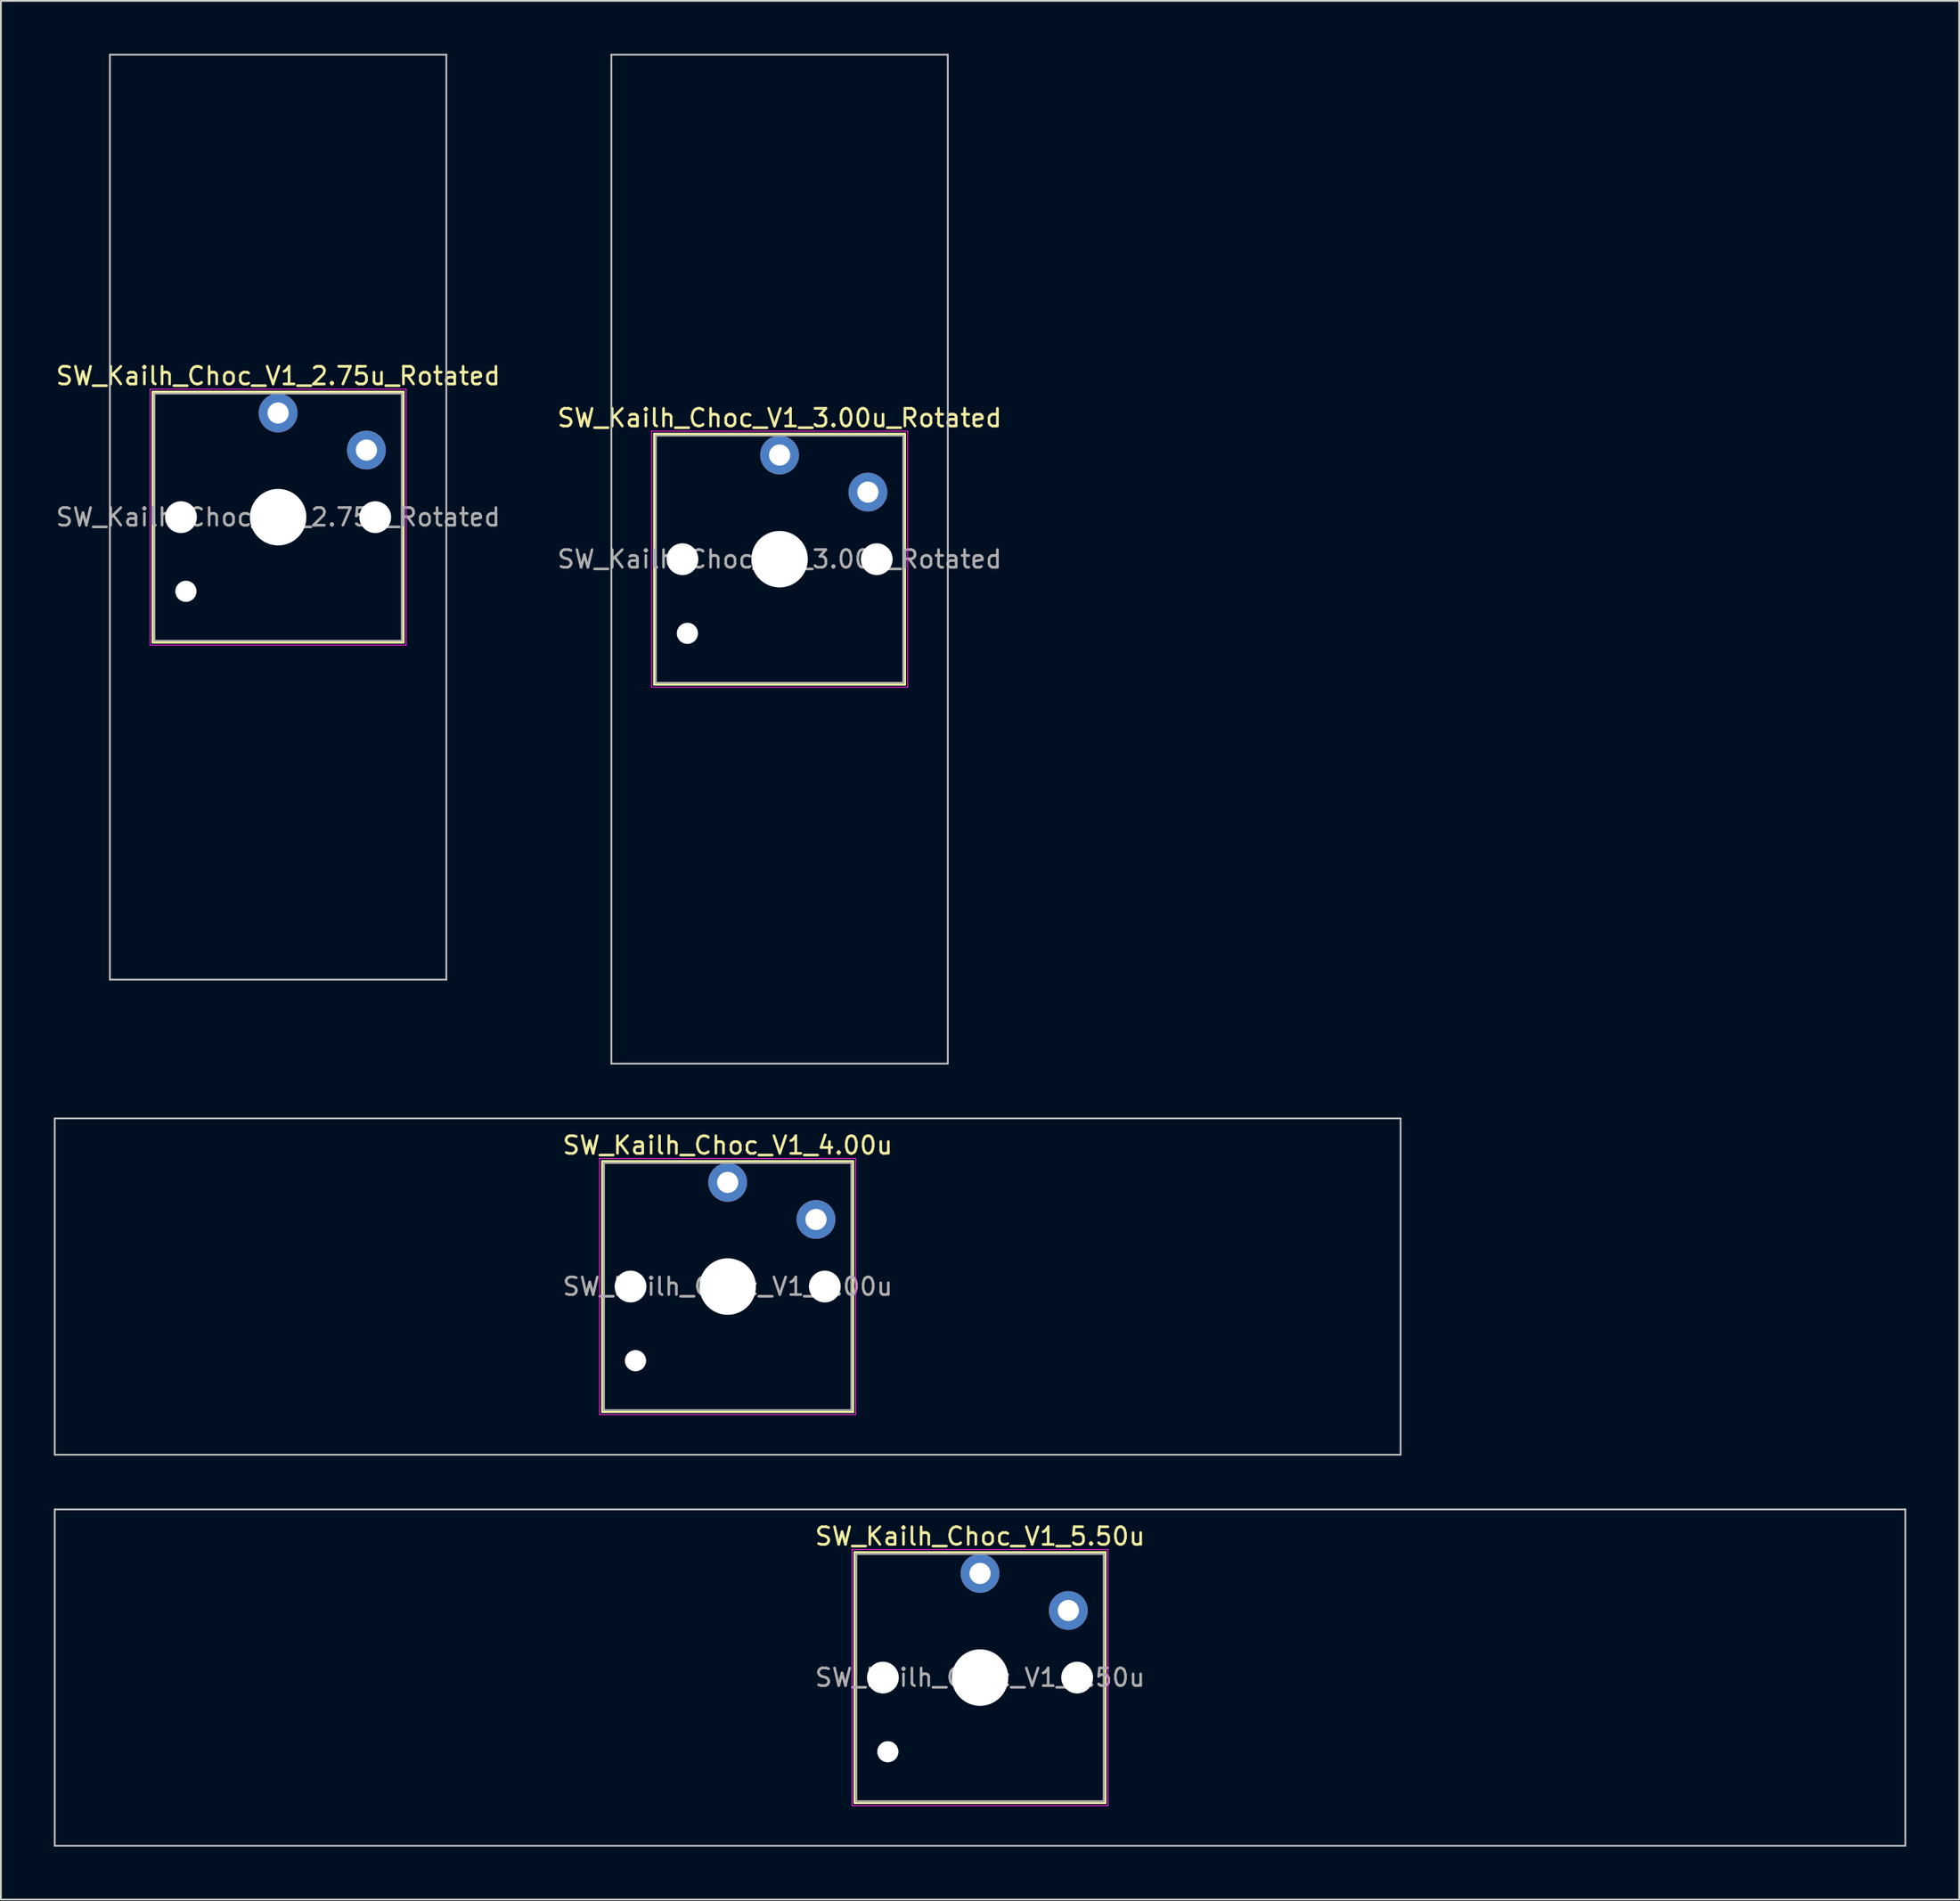
<source format=kicad_pcb>
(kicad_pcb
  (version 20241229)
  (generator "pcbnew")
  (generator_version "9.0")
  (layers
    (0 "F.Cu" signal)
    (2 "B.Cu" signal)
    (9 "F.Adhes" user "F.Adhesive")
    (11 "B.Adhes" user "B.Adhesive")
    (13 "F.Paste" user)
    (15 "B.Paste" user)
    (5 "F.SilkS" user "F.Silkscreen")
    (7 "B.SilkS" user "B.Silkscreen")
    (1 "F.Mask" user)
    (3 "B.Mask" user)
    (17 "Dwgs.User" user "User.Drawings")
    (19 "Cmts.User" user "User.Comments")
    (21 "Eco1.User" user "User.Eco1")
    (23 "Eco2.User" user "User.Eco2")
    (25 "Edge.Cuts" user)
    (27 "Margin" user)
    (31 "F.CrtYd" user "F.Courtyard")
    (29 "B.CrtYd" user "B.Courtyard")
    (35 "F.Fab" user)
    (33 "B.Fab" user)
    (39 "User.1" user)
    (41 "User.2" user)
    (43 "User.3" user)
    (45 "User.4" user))
  (footprint "SW_Kailh_Choc_V1_2.75u_Rotated"
    (layer "F.Cu")
    (at 12.696 26.244)
    (property "Reference" "SW_Kailh_Choc_V1_2.75u_Rotated" (at 0 -8 0) (layer "F.SilkS") (effects (font (size 1 1) (thickness 0.15))))
    (attr through_hole)
    (fp_line (start -7.1 -7.1) (end -7.1 7.1) (stroke (width 0.12) (type solid)) (layer "F.SilkS"))
    (fp_line (start -7.1 7.1) (end 7.1 7.1) (stroke (width 0.12) (type solid)) (layer "F.SilkS"))
    (fp_line (start 7.1 -7.1) (end -7.1 -7.1) (stroke (width 0.12) (type solid)) (layer "F.SilkS"))
    (fp_line (start 7.1 7.1) (end 7.1 -7.1) (stroke (width 0.12) (type solid)) (layer "F.SilkS"))
    (fp_line (start -9.525 -26.194) (end -9.525 26.194) (stroke (width 0.1) (type solid)) (layer "Dwgs.User"))
    (fp_line (start -9.525 26.194) (end 9.525 26.194) (stroke (width 0.1) (type solid)) (layer "Dwgs.User"))
    (fp_line (start 9.525 -26.194) (end -9.525 -26.194) (stroke (width 0.1) (type solid)) (layer "Dwgs.User"))
    (fp_line (start 9.525 26.194) (end 9.525 -26.194) (stroke (width 0.1) (type solid)) (layer "Dwgs.User"))
    (fp_line (start -7.25 -7.25) (end -7.25 7.25) (stroke (width 0.05) (type solid)) (layer "F.CrtYd"))
    (fp_line (start -7.25 7.25) (end 7.25 7.25) (stroke (width 0.05) (type solid)) (layer "F.CrtYd"))
    (fp_line (start 7.25 -7.25) (end -7.25 -7.25) (stroke (width 0.05) (type solid)) (layer "F.CrtYd"))
    (fp_line (start 7.25 7.25) (end 7.25 -7.25) (stroke (width 0.05) (type solid)) (layer "F.CrtYd"))
    (fp_line (start -7 -7) (end -7 7) (stroke (width 0.1) (type solid)) (layer "F.Fab"))
    (fp_line (start -7 7) (end 7 7) (stroke (width 0.1) (type solid)) (layer "F.Fab"))
    (fp_line (start 7 -7) (end -7 -7) (stroke (width 0.1) (type solid)) (layer "F.Fab"))
    (fp_line (start 7 7) (end 7 -7) (stroke (width 0.1) (type solid)) (layer "F.Fab"))
    (fp_text user "${REFERENCE}" (at 0 0 0) (layer "F.Fab") (effects (font (size 1 1) (thickness 0.15))))
    (pad "" np_thru_hole circle (at -5.5 0) (size 1.8 1.8) (drill 1.8) (layers "*.Cu" "*.Mask"))
    (pad "" np_thru_hole circle (at -5.22 4.2) (size 1.2 1.2) (drill 1.2) (layers "*.Cu" "*.Mask"))
    (pad "" np_thru_hole circle (at 0 0) (size 3.2 3.2) (drill 3.2) (layers "*.Cu" "*.Mask"))
    (pad "" np_thru_hole circle (at 5.5 0) (size 1.8 1.8) (drill 1.8) (layers "*.Cu" "*.Mask"))
    (pad "1" thru_hole circle (at 0 -5.9) (size 2.2 2.2) (drill 1.2) (layers "*.Cu" "B.Mask"))
    (pad "2" thru_hole circle (at 5 -3.8) (size 2.2 2.2) (drill 1.2) (layers "*.Cu" "B.Mask")))
  (footprint "SW_Kailh_Choc_V1_5.50u"
    (layer "F.Cu")
    (at 52.438 91.975)
    (property "Reference" "SW_Kailh_Choc_V1_5.50u" (at 0 -8 0) (layer "F.SilkS") (effects (font (size 1 1) (thickness 0.15))))
    (attr through_hole)
    (fp_line (start -7.1 -7.1) (end -7.1 7.1) (stroke (width 0.12) (type solid)) (layer "F.SilkS"))
    (fp_line (start -7.1 7.1) (end 7.1 7.1) (stroke (width 0.12) (type solid)) (layer "F.SilkS"))
    (fp_line (start 7.1 -7.1) (end -7.1 -7.1) (stroke (width 0.12) (type solid)) (layer "F.SilkS"))
    (fp_line (start 7.1 7.1) (end 7.1 -7.1) (stroke (width 0.12) (type solid)) (layer "F.SilkS"))
    (fp_line (start -52.388 -9.525) (end -52.388 9.525) (stroke (width 0.1) (type solid)) (layer "Dwgs.User"))
    (fp_line (start -52.388 9.525) (end 52.388 9.525) (stroke (width 0.1) (type solid)) (layer "Dwgs.User"))
    (fp_line (start 52.388 -9.525) (end -52.388 -9.525) (stroke (width 0.1) (type solid)) (layer "Dwgs.User"))
    (fp_line (start 52.388 9.525) (end 52.388 -9.525) (stroke (width 0.1) (type solid)) (layer "Dwgs.User"))
    (fp_line (start -7.25 -7.25) (end -7.25 7.25) (stroke (width 0.05) (type solid)) (layer "F.CrtYd"))
    (fp_line (start -7.25 7.25) (end 7.25 7.25) (stroke (width 0.05) (type solid)) (layer "F.CrtYd"))
    (fp_line (start 7.25 -7.25) (end -7.25 -7.25) (stroke (width 0.05) (type solid)) (layer "F.CrtYd"))
    (fp_line (start 7.25 7.25) (end 7.25 -7.25) (stroke (width 0.05) (type solid)) (layer "F.CrtYd"))
    (fp_line (start -7 -7) (end -7 7) (stroke (width 0.1) (type solid)) (layer "F.Fab"))
    (fp_line (start -7 7) (end 7 7) (stroke (width 0.1) (type solid)) (layer "F.Fab"))
    (fp_line (start 7 -7) (end -7 -7) (stroke (width 0.1) (type solid)) (layer "F.Fab"))
    (fp_line (start 7 7) (end 7 -7) (stroke (width 0.1) (type solid)) (layer "F.Fab"))
    (fp_text user "${REFERENCE}" (at 0 0 0) (layer "F.Fab") (effects (font (size 1 1) (thickness 0.15))))
    (pad "" np_thru_hole circle (at -5.5 0) (size 1.8 1.8) (drill 1.8) (layers "*.Cu" "*.Mask"))
    (pad "" np_thru_hole circle (at -5.22 4.2) (size 1.2 1.2) (drill 1.2) (layers "*.Cu" "*.Mask"))
    (pad "" np_thru_hole circle (at 0 0) (size 3.2 3.2) (drill 3.2) (layers "*.Cu" "*.Mask"))
    (pad "" np_thru_hole circle (at 5.5 0) (size 1.8 1.8) (drill 1.8) (layers "*.Cu" "*.Mask"))
    (pad "1" thru_hole circle (at 0 -5.9) (size 2.2 2.2) (drill 1.2) (layers "*.Cu" "B.Mask"))
    (pad "2" thru_hole circle (at 5 -3.8) (size 2.2 2.2) (drill 1.2) (layers "*.Cu" "B.Mask")))
  (footprint "SW_Kailh_Choc_V1_3.00u_Rotated"
    (layer "F.Cu")
    (at 41.089 28.625)
    (property "Reference" "SW_Kailh_Choc_V1_3.00u_Rotated" (at 0 -8 0) (layer "F.SilkS") (effects (font (size 1 1) (thickness 0.15))))
    (attr through_hole)
    (fp_line (start -7.1 -7.1) (end -7.1 7.1) (stroke (width 0.12) (type solid)) (layer "F.SilkS"))
    (fp_line (start -7.1 7.1) (end 7.1 7.1) (stroke (width 0.12) (type solid)) (layer "F.SilkS"))
    (fp_line (start 7.1 -7.1) (end -7.1 -7.1) (stroke (width 0.12) (type solid)) (layer "F.SilkS"))
    (fp_line (start 7.1 7.1) (end 7.1 -7.1) (stroke (width 0.12) (type solid)) (layer "F.SilkS"))
    (fp_line (start -9.525 -28.575) (end -9.525 28.575) (stroke (width 0.1) (type solid)) (layer "Dwgs.User"))
    (fp_line (start -9.525 28.575) (end 9.525 28.575) (stroke (width 0.1) (type solid)) (layer "Dwgs.User"))
    (fp_line (start 9.525 -28.575) (end -9.525 -28.575) (stroke (width 0.1) (type solid)) (layer "Dwgs.User"))
    (fp_line (start 9.525 28.575) (end 9.525 -28.575) (stroke (width 0.1) (type solid)) (layer "Dwgs.User"))
    (fp_line (start -7.25 -7.25) (end -7.25 7.25) (stroke (width 0.05) (type solid)) (layer "F.CrtYd"))
    (fp_line (start -7.25 7.25) (end 7.25 7.25) (stroke (width 0.05) (type solid)) (layer "F.CrtYd"))
    (fp_line (start 7.25 -7.25) (end -7.25 -7.25) (stroke (width 0.05) (type solid)) (layer "F.CrtYd"))
    (fp_line (start 7.25 7.25) (end 7.25 -7.25) (stroke (width 0.05) (type solid)) (layer "F.CrtYd"))
    (fp_line (start -7 -7) (end -7 7) (stroke (width 0.1) (type solid)) (layer "F.Fab"))
    (fp_line (start -7 7) (end 7 7) (stroke (width 0.1) (type solid)) (layer "F.Fab"))
    (fp_line (start 7 -7) (end -7 -7) (stroke (width 0.1) (type solid)) (layer "F.Fab"))
    (fp_line (start 7 7) (end 7 -7) (stroke (width 0.1) (type solid)) (layer "F.Fab"))
    (fp_text user "${REFERENCE}" (at 0 0 0) (layer "F.Fab") (effects (font (size 1 1) (thickness 0.15))))
    (pad "" np_thru_hole circle (at -5.5 0) (size 1.8 1.8) (drill 1.8) (layers "*.Cu" "*.Mask"))
    (pad "" np_thru_hole circle (at -5.22 4.2) (size 1.2 1.2) (drill 1.2) (layers "*.Cu" "*.Mask"))
    (pad "" np_thru_hole circle (at 0 0) (size 3.2 3.2) (drill 3.2) (layers "*.Cu" "*.Mask"))
    (pad "" np_thru_hole circle (at 5.5 0) (size 1.8 1.8) (drill 1.8) (layers "*.Cu" "*.Mask"))
    (pad "1" thru_hole circle (at 0 -5.9) (size 2.2 2.2) (drill 1.2) (layers "*.Cu" "B.Mask"))
    (pad "2" thru_hole circle (at 5 -3.8) (size 2.2 2.2) (drill 1.2) (layers "*.Cu" "B.Mask")))
  (footprint "SW_Kailh_Choc_V1_4.00u"
    (layer "F.Cu")
    (at 38.15 69.825)
    (property "Reference" "SW_Kailh_Choc_V1_4.00u" (at 0 -8 0) (layer "F.SilkS") (effects (font (size 1 1) (thickness 0.15))))
    (attr through_hole)
    (fp_line (start -7.1 -7.1) (end -7.1 7.1) (stroke (width 0.12) (type solid)) (layer "F.SilkS"))
    (fp_line (start -7.1 7.1) (end 7.1 7.1) (stroke (width 0.12) (type solid)) (layer "F.SilkS"))
    (fp_line (start 7.1 -7.1) (end -7.1 -7.1) (stroke (width 0.12) (type solid)) (layer "F.SilkS"))
    (fp_line (start 7.1 7.1) (end 7.1 -7.1) (stroke (width 0.12) (type solid)) (layer "F.SilkS"))
    (fp_line (start -38.1 -9.525) (end -38.1 9.525) (stroke (width 0.1) (type solid)) (layer "Dwgs.User"))
    (fp_line (start -38.1 9.525) (end 38.1 9.525) (stroke (width 0.1) (type solid)) (layer "Dwgs.User"))
    (fp_line (start 38.1 -9.525) (end -38.1 -9.525) (stroke (width 0.1) (type solid)) (layer "Dwgs.User"))
    (fp_line (start 38.1 9.525) (end 38.1 -9.525) (stroke (width 0.1) (type solid)) (layer "Dwgs.User"))
    (fp_line (start -7.25 -7.25) (end -7.25 7.25) (stroke (width 0.05) (type solid)) (layer "F.CrtYd"))
    (fp_line (start -7.25 7.25) (end 7.25 7.25) (stroke (width 0.05) (type solid)) (layer "F.CrtYd"))
    (fp_line (start 7.25 -7.25) (end -7.25 -7.25) (stroke (width 0.05) (type solid)) (layer "F.CrtYd"))
    (fp_line (start 7.25 7.25) (end 7.25 -7.25) (stroke (width 0.05) (type solid)) (layer "F.CrtYd"))
    (fp_line (start -7 -7) (end -7 7) (stroke (width 0.1) (type solid)) (layer "F.Fab"))
    (fp_line (start -7 7) (end 7 7) (stroke (width 0.1) (type solid)) (layer "F.Fab"))
    (fp_line (start 7 -7) (end -7 -7) (stroke (width 0.1) (type solid)) (layer "F.Fab"))
    (fp_line (start 7 7) (end 7 -7) (stroke (width 0.1) (type solid)) (layer "F.Fab"))
    (fp_text user "${REFERENCE}" (at 0 0 0) (layer "F.Fab") (effects (font (size 1 1) (thickness 0.15))))
    (pad "" np_thru_hole circle (at -5.5 0) (size 1.8 1.8) (drill 1.8) (layers "*.Cu" "*.Mask"))
    (pad "" np_thru_hole circle (at -5.22 4.2) (size 1.2 1.2) (drill 1.2) (layers "*.Cu" "*.Mask"))
    (pad "" np_thru_hole circle (at 0 0) (size 3.2 3.2) (drill 3.2) (layers "*.Cu" "*.Mask"))
    (pad "" np_thru_hole circle (at 5.5 0) (size 1.8 1.8) (drill 1.8) (layers "*.Cu" "*.Mask"))
    (pad "1" thru_hole circle (at 0 -5.9) (size 2.2 2.2) (drill 1.2) (layers "*.Cu" "B.Mask"))
    (pad "2" thru_hole circle (at 5 -3.8) (size 2.2 2.2) (drill 1.2) (layers "*.Cu" "B.Mask")))
  (gr_rect
    (start -3 -3)
    (end 107.875 104.55)
    (stroke (width 0.1) (type default))
    (fill no)
    (layer "Edge.Cuts")))
</source>
